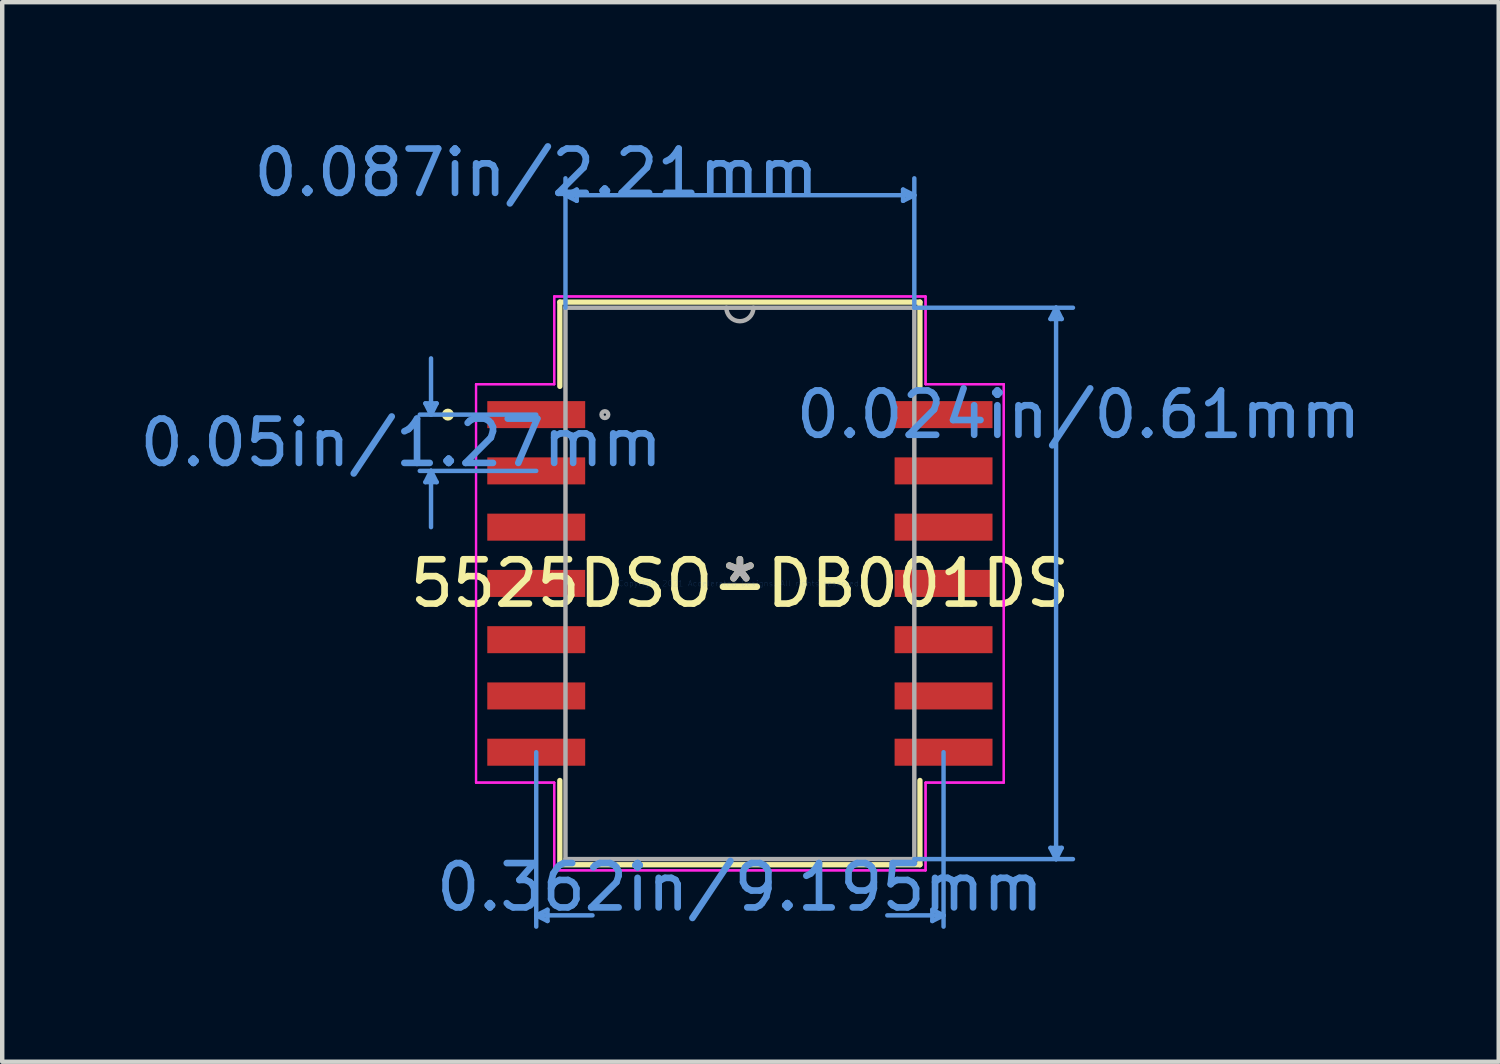
<source format=kicad_pcb>
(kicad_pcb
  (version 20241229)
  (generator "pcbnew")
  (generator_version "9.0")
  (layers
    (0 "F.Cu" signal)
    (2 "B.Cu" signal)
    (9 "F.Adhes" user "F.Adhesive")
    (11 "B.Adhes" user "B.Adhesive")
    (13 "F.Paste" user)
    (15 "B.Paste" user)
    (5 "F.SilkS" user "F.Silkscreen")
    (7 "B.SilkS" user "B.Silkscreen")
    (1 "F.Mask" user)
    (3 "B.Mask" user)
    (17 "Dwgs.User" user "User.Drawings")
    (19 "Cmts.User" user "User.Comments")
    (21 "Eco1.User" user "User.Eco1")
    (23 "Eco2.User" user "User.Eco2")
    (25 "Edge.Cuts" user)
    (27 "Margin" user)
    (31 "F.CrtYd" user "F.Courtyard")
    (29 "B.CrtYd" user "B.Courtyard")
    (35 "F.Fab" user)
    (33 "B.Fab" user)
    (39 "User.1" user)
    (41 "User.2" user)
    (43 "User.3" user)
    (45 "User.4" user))
  (footprint "5525DSO-DB001DS"
    (layer "F.Cu")
    (at 13.651 10.119)
    (property "Reference" "5525DSO-DB001DS" (at 0 0 0) (layer "F.SilkS") (effects (font (size 1 1) (thickness 0.15))))
    (attr through_hole)
    (fp_line (start -4.064 -6.35) (end -4.064 -4.448) (stroke (width 0.12) (type solid)) (layer "F.SilkS"))
    (fp_line (start -4.064 4.448) (end -4.064 6.35) (stroke (width 0.12) (type solid)) (layer "F.SilkS"))
    (fp_line (start -4.064 6.35) (end 4.064 6.35) (stroke (width 0.12) (type solid)) (layer "F.SilkS"))
    (fp_line (start 4.064 -6.35) (end -4.064 -6.35) (stroke (width 0.12) (type solid)) (layer "F.SilkS"))
    (fp_line (start 4.064 -4.448) (end 4.064 -6.35) (stroke (width 0.12) (type solid)) (layer "F.SilkS"))
    (fp_line (start 4.064 6.35) (end 4.064 4.448) (stroke (width 0.12) (type solid)) (layer "F.SilkS"))
    (fp_circle (center -6.591 -3.81) (end -6.515 -3.81) (stroke (width 0.12) (type solid)) (fill no) (layer "F.SilkS"))
    (fp_line (start -7.099 -4.064) (end -6.972 -3.81) (stroke (width 0.1) (type solid)) (layer "Cmts.User"))
    (fp_line (start -7.099 -2.286) (end -6.972 -2.54) (stroke (width 0.1) (type solid)) (layer "Cmts.User"))
    (fp_line (start -6.972 -3.81) (end -6.972 -5.08) (stroke (width 0.1) (type solid)) (layer "Cmts.User"))
    (fp_line (start -6.972 -3.81) (end -6.845 -4.064) (stroke (width 0.1) (type solid)) (layer "Cmts.User"))
    (fp_line (start -6.972 -2.54) (end -6.972 -1.27) (stroke (width 0.1) (type solid)) (layer "Cmts.User"))
    (fp_line (start -6.972 -2.54) (end -6.845 -2.286) (stroke (width 0.1) (type solid)) (layer "Cmts.User"))
    (fp_line (start -6.845 -4.064) (end -7.099 -4.064) (stroke (width 0.1) (type solid)) (layer "Cmts.User"))
    (fp_line (start -6.845 -2.286) (end -7.099 -2.286) (stroke (width 0.1) (type solid)) (layer "Cmts.User"))
    (fp_line (start -4.597 -3.81) (end -7.226 -3.81) (stroke (width 0.1) (type solid)) (layer "Cmts.User"))
    (fp_line (start -4.597 -2.54) (end -7.226 -2.54) (stroke (width 0.1) (type solid)) (layer "Cmts.User"))
    (fp_line (start -4.597 3.81) (end -4.597 7.747) (stroke (width 0.1) (type solid)) (layer "Cmts.User"))
    (fp_line (start -4.597 7.493) (end -4.343 7.62) (stroke (width 0.1) (type solid)) (layer "Cmts.User"))
    (fp_line (start -4.597 7.493) (end -3.327 7.493) (stroke (width 0.1) (type solid)) (layer "Cmts.User"))
    (fp_line (start -4.343 7.366) (end -4.597 7.493) (stroke (width 0.1) (type solid)) (layer "Cmts.User"))
    (fp_line (start -4.343 7.62) (end -4.343 7.366) (stroke (width 0.1) (type solid)) (layer "Cmts.User"))
    (fp_line (start -3.937 -8.763) (end -3.683 -8.89) (stroke (width 0.1) (type solid)) (layer "Cmts.User"))
    (fp_line (start -3.937 -8.763) (end -3.683 -8.636) (stroke (width 0.1) (type solid)) (layer "Cmts.User"))
    (fp_line (start -3.937 -8.763) (end 3.937 -8.763) (stroke (width 0.1) (type solid)) (layer "Cmts.User"))
    (fp_line (start -3.937 -6.223) (end -3.937 -9.144) (stroke (width 0.1) (type solid)) (layer "Cmts.User"))
    (fp_line (start -3.683 -8.89) (end -3.683 -8.636) (stroke (width 0.1) (type solid)) (layer "Cmts.User"))
    (fp_line (start 3.683 -8.89) (end 3.683 -8.636) (stroke (width 0.1) (type solid)) (layer "Cmts.User"))
    (fp_line (start 3.937 -8.763) (end 3.683 -8.89) (stroke (width 0.1) (type solid)) (layer "Cmts.User"))
    (fp_line (start 3.937 -8.763) (end 3.683 -8.636) (stroke (width 0.1) (type solid)) (layer "Cmts.User"))
    (fp_line (start 3.937 -6.223) (end 3.937 -9.144) (stroke (width 0.1) (type solid)) (layer "Cmts.User"))
    (fp_line (start 3.937 -6.223) (end 7.518 -6.223) (stroke (width 0.1) (type solid)) (layer "Cmts.User"))
    (fp_line (start 3.937 6.223) (end 7.518 6.223) (stroke (width 0.1) (type solid)) (layer "Cmts.User"))
    (fp_line (start 4.343 7.366) (end 4.597 7.493) (stroke (width 0.1) (type solid)) (layer "Cmts.User"))
    (fp_line (start 4.343 7.62) (end 4.343 7.366) (stroke (width 0.1) (type solid)) (layer "Cmts.User"))
    (fp_line (start 4.597 3.81) (end 4.597 7.747) (stroke (width 0.1) (type solid)) (layer "Cmts.User"))
    (fp_line (start 4.597 7.493) (end 3.327 7.493) (stroke (width 0.1) (type solid)) (layer "Cmts.User"))
    (fp_line (start 4.597 7.493) (end 4.343 7.62) (stroke (width 0.1) (type solid)) (layer "Cmts.User"))
    (fp_line (start 7.01 -5.969) (end 7.264 -5.969) (stroke (width 0.1) (type solid)) (layer "Cmts.User"))
    (fp_line (start 7.01 5.969) (end 7.264 5.969) (stroke (width 0.1) (type solid)) (layer "Cmts.User"))
    (fp_line (start 7.137 -6.223) (end 7.01 -5.969) (stroke (width 0.1) (type solid)) (layer "Cmts.User"))
    (fp_line (start 7.137 -6.223) (end 7.137 6.223) (stroke (width 0.1) (type solid)) (layer "Cmts.User"))
    (fp_line (start 7.137 -6.223) (end 7.264 -5.969) (stroke (width 0.1) (type solid)) (layer "Cmts.User"))
    (fp_line (start 7.137 6.223) (end 7.01 5.969) (stroke (width 0.1) (type solid)) (layer "Cmts.User"))
    (fp_line (start 7.137 6.223) (end 7.264 5.969) (stroke (width 0.1) (type solid)) (layer "Cmts.User"))
    (fp_line (start -5.956 -4.496) (end -4.191 -4.496) (stroke (width 0.05) (type solid)) (layer "F.CrtYd"))
    (fp_line (start -5.956 -4.496) (end -4.191 -4.496) (stroke (width 0.05) (type solid)) (layer "F.CrtYd"))
    (fp_line (start -5.956 4.496) (end -5.956 -4.496) (stroke (width 0.05) (type solid)) (layer "F.CrtYd"))
    (fp_line (start -5.956 4.496) (end -5.956 -4.496) (stroke (width 0.05) (type solid)) (layer "F.CrtYd"))
    (fp_line (start -5.956 4.496) (end -4.191 4.496) (stroke (width 0.05) (type solid)) (layer "F.CrtYd"))
    (fp_line (start -4.191 -6.477) (end 4.191 -6.477) (stroke (width 0.05) (type solid)) (layer "F.CrtYd"))
    (fp_line (start -4.191 -6.477) (end 4.191 -6.477) (stroke (width 0.05) (type solid)) (layer "F.CrtYd"))
    (fp_line (start -4.191 -4.496) (end -4.191 -6.477) (stroke (width 0.05) (type solid)) (layer "F.CrtYd"))
    (fp_line (start -4.191 -4.496) (end -4.191 -6.477) (stroke (width 0.05) (type solid)) (layer "F.CrtYd"))
    (fp_line (start -4.191 4.496) (end -5.956 4.496) (stroke (width 0.05) (type solid)) (layer "F.CrtYd"))
    (fp_line (start -4.191 6.477) (end -4.191 4.496) (stroke (width 0.05) (type solid)) (layer "F.CrtYd"))
    (fp_line (start -4.191 6.477) (end -4.191 4.496) (stroke (width 0.05) (type solid)) (layer "F.CrtYd"))
    (fp_line (start 4.191 -6.477) (end 4.191 -4.496) (stroke (width 0.05) (type solid)) (layer "F.CrtYd"))
    (fp_line (start 4.191 -6.477) (end 4.191 -4.496) (stroke (width 0.05) (type solid)) (layer "F.CrtYd"))
    (fp_line (start 4.191 -4.496) (end 5.956 -4.496) (stroke (width 0.05) (type solid)) (layer "F.CrtYd"))
    (fp_line (start 4.191 4.496) (end 4.191 6.477) (stroke (width 0.05) (type solid)) (layer "F.CrtYd"))
    (fp_line (start 4.191 4.496) (end 4.191 6.477) (stroke (width 0.05) (type solid)) (layer "F.CrtYd"))
    (fp_line (start 4.191 6.477) (end -4.191 6.477) (stroke (width 0.05) (type solid)) (layer "F.CrtYd"))
    (fp_line (start 4.191 6.477) (end -4.191 6.477) (stroke (width 0.05) (type solid)) (layer "F.CrtYd"))
    (fp_line (start 5.956 -4.496) (end 4.191 -4.496) (stroke (width 0.05) (type solid)) (layer "F.CrtYd"))
    (fp_line (start 5.956 -4.496) (end 5.956 4.496) (stroke (width 0.05) (type solid)) (layer "F.CrtYd"))
    (fp_line (start 5.956 -4.496) (end 5.956 4.496) (stroke (width 0.05) (type solid)) (layer "F.CrtYd"))
    (fp_line (start 5.956 4.496) (end 4.191 4.496) (stroke (width 0.05) (type solid)) (layer "F.CrtYd"))
    (fp_line (start 5.956 4.496) (end 4.191 4.496) (stroke (width 0.05) (type solid)) (layer "F.CrtYd"))
    (fp_line (start -3.937 -6.223) (end -3.937 6.223) (stroke (width 0.1) (type solid)) (layer "F.Fab"))
    (fp_line (start -3.937 6.223) (end 3.937 6.223) (stroke (width 0.1) (type solid)) (layer "F.Fab"))
    (fp_line (start 3.937 -6.223) (end -3.937 -6.223) (stroke (width 0.1) (type solid)) (layer "F.Fab"))
    (fp_line (start 3.937 6.223) (end 3.937 -6.223) (stroke (width 0.1) (type solid)) (layer "F.Fab"))
    (fp_arc (start 0.3048 -6.223) (mid 0 -5.9182) (end -0.3048 -6.223) (stroke (width 0.1) (type solid)) (layer "F.Fab"))
    (fp_circle (center -3.048 -3.81) (end -2.972 -3.81) (stroke (width 0.1) (type solid)) (fill no) (layer "F.Fab"))
    (fp_text user "*" (at 0 0 0) (layer "F.SilkS") (effects (font (size 1 1) (thickness 0.15))))
    (fp_text user "0.087in/2.21mm" (at -4.597 -9.271 0) (layer "Cmts.User") (effects (font (size 1 1) (thickness 0.15))))
    (fp_text user "0.024in/0.61mm" (at 7.645 -3.81 0) (layer "Cmts.User") (effects (font (size 1 1) (thickness 0.15))))
    (fp_text user "Copyright 2021 Accelerated Designs. All rights reserved." (at 0 0 0) (layer "Cmts.User") (effects (font (size 0.127 0.127) (thickness 0.002))))
    (fp_text user "0.362in/9.195mm" (at 0 6.858 0) (layer "Cmts.User") (effects (font (size 1 1) (thickness 0.15))))
    (fp_text user "0.05in/1.27mm" (at -7.645 -3.175 0) (layer "Cmts.User") (effects (font (size 1 1) (thickness 0.15))))
    (fp_text user "*" (at 0 0 0) (layer "F.Fab") (effects (font (size 1 1) (thickness 0.15))))
    (pad "1" smd rect (at -4.597 -3.81) (size 2.21 0.61) (layers "F.Cu" "F.Mask" "F.Paste"))
    (pad "2" smd rect (at -4.597 -2.54) (size 2.21 0.61) (layers "F.Cu" "F.Mask" "F.Paste"))
    (pad "3" smd rect (at -4.597 -1.27) (size 2.21 0.61) (layers "F.Cu" "F.Mask" "F.Paste"))
    (pad "4" smd rect (at -4.597 0) (size 2.21 0.61) (layers "F.Cu" "F.Mask" "F.Paste"))
    (pad "5" smd rect (at -4.597 1.27) (size 2.21 0.61) (layers "F.Cu" "F.Mask" "F.Paste"))
    (pad "6" smd rect (at -4.597 2.54) (size 2.21 0.61) (layers "F.Cu" "F.Mask" "F.Paste"))
    (pad "7" smd rect (at -4.597 3.81) (size 2.21 0.61) (layers "F.Cu" "F.Mask" "F.Paste"))
    (pad "8" smd rect (at 4.597 3.81) (size 2.21 0.61) (layers "F.Cu" "F.Mask" "F.Paste"))
    (pad "9" smd rect (at 4.597 2.54) (size 2.21 0.61) (layers "F.Cu" "F.Mask" "F.Paste"))
    (pad "10" smd rect (at 4.597 1.27) (size 2.21 0.61) (layers "F.Cu" "F.Mask" "F.Paste"))
    (pad "11" smd rect (at 4.597 0) (size 2.21 0.61) (layers "F.Cu" "F.Mask" "F.Paste"))
    (pad "12" smd rect (at 4.597 -1.27) (size 2.21 0.61) (layers "F.Cu" "F.Mask" "F.Paste"))
    (pad "13" smd rect (at 4.597 -2.54) (size 2.21 0.61) (layers "F.Cu" "F.Mask" "F.Paste"))
    (pad "14" smd rect (at 4.597 -3.81) (size 2.21 0.61) (layers "F.Cu" "F.Mask" "F.Paste")))
  (gr_rect
    (start -3 -3)
    (end 30.779 20.916)
    (stroke (width 0.1) (type default))
    (fill no)
    (layer "Edge.Cuts")))
</source>
